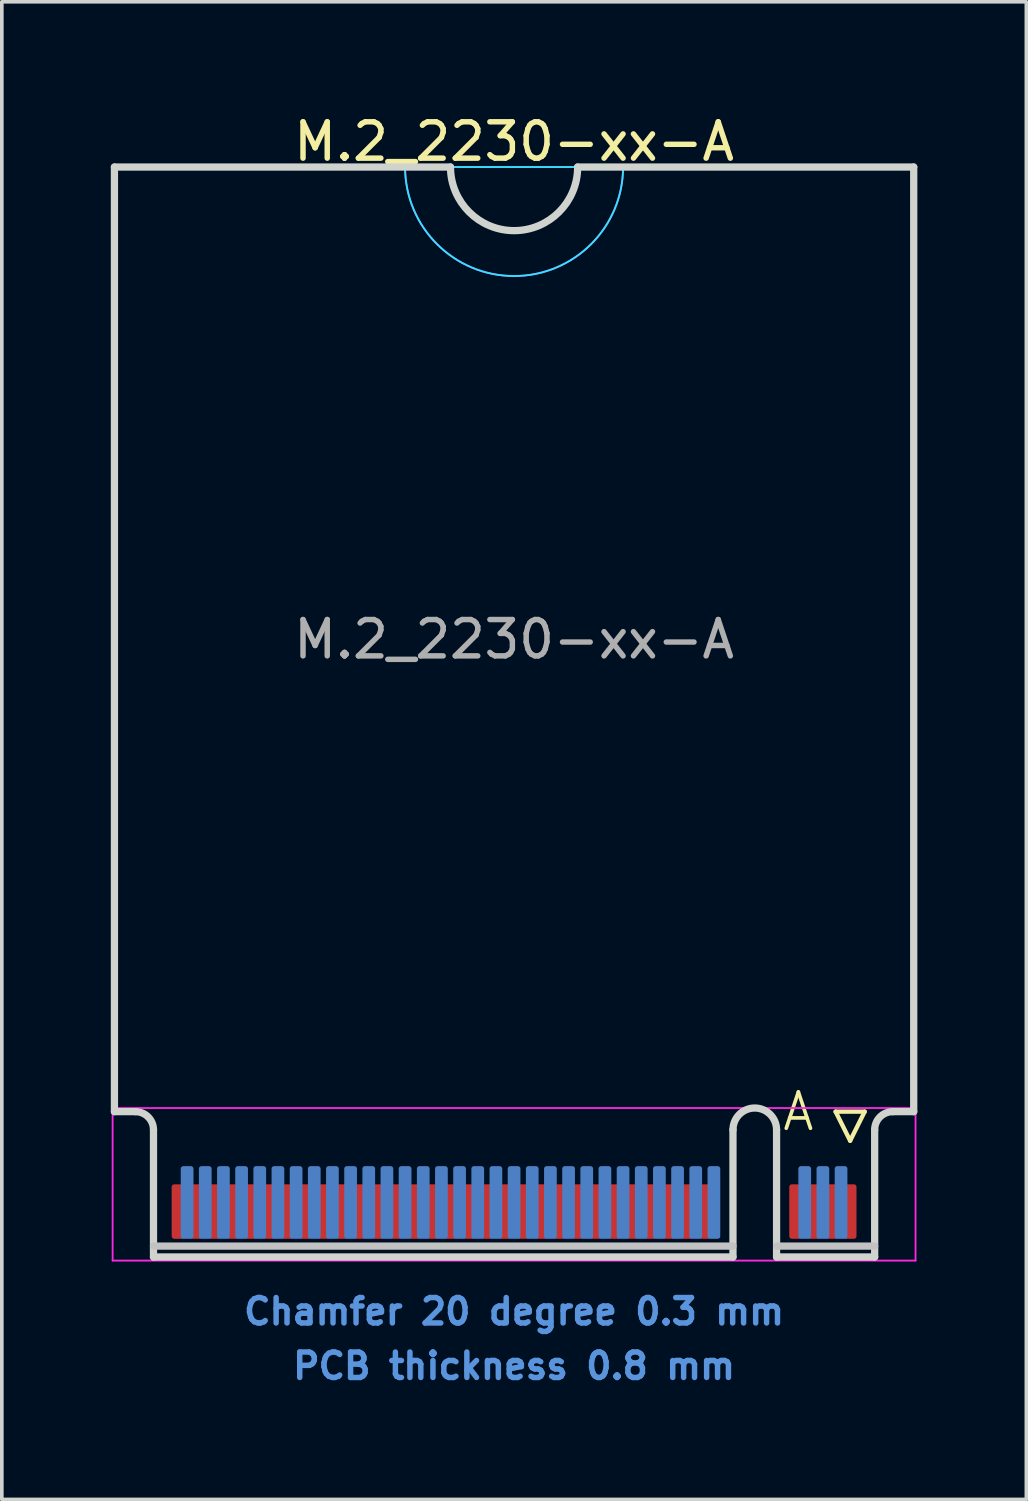
<source format=kicad_pcb>
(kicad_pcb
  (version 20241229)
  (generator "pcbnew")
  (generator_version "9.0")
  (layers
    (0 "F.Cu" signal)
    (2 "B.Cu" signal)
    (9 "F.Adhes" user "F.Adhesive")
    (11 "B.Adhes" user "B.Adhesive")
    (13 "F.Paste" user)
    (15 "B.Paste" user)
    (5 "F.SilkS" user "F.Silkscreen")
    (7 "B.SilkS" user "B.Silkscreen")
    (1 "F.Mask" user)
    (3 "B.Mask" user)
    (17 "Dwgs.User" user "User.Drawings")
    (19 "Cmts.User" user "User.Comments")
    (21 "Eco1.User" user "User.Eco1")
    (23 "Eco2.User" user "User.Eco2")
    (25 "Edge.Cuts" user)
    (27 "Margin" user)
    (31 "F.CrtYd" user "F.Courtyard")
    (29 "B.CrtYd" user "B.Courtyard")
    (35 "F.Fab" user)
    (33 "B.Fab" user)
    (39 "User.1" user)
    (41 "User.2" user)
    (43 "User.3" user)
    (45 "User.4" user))
  (footprint "M.2_2230-xx-A"
    (layer "F.Cu")
    (at 11.1 27.548)
    (property "Reference" "M.2_2230-xx-A" (at 0 -26.7 0) (layer "F.SilkS") (effects (font (size 1 1) (thickness 0.15))))
    (attr exclude_from_pos_files exclude_from_bom)
    (fp_line (start 8.85 0) (end 9.65 0) (stroke (width 0.12) (type solid)) (layer "F.SilkS"))
    (fp_line (start 9.25 0.8) (end 8.85 0) (stroke (width 0.12) (type solid)) (layer "F.SilkS"))
    (fp_line (start 9.65 0) (end 9.25 0.8) (stroke (width 0.12) (type solid)) (layer "F.SilkS"))
    (fp_line (start -9.925 3.7) (end 6.025 3.7) (stroke (width 0.2) (type solid)) (layer "Dwgs.User"))
    (fp_line (start 9.925 3.7) (end 7.225 3.7) (stroke (width 0.2) (type solid)) (layer "Dwgs.User"))
    (fp_line (start -11 -26) (end -11 0) (stroke (width 0.2) (type solid)) (layer "Edge.Cuts"))
    (fp_line (start -11 0) (end -10.425 0) (stroke (width 0.2) (type solid)) (layer "Edge.Cuts"))
    (fp_line (start -9.925 0.5) (end -9.925 4) (stroke (width 0.2) (type solid)) (layer "Edge.Cuts"))
    (fp_line (start -9.925 4) (end 6.025 4) (stroke (width 0.2) (type solid)) (layer "Edge.Cuts"))
    (fp_line (start -1.75 -26) (end -11 -26) (stroke (width 0.2) (type solid)) (layer "Edge.Cuts"))
    (fp_line (start 6.025 4) (end 6.025 0.5) (stroke (width 0.2) (type solid)) (layer "Edge.Cuts"))
    (fp_line (start 7.225 0.5) (end 7.225 4) (stroke (width 0.2) (type solid)) (layer "Edge.Cuts"))
    (fp_line (start 7.225 4) (end 9.925 4) (stroke (width 0.2) (type solid)) (layer "Edge.Cuts"))
    (fp_line (start 9.925 4) (end 9.925 0.5) (stroke (width 0.2) (type solid)) (layer "Edge.Cuts"))
    (fp_line (start 10.425 0) (end 11 0) (stroke (width 0.2) (type solid)) (layer "Edge.Cuts"))
    (fp_line (start 11 -26) (end 1.75 -26) (stroke (width 0.2) (type solid)) (layer "Edge.Cuts"))
    (fp_line (start 11 0) (end 11 -26) (stroke (width 0.2) (type solid)) (layer "Edge.Cuts"))
    (fp_arc (start -10.425 0) (mid -10.071447 0.146447) (end -9.925 0.5) (stroke (width 0.2) (type solid)) (layer "Edge.Cuts"))
    (fp_arc (start 1.75 -26) (mid 0 -24.25) (end -1.75 -26) (stroke (width 0.2) (type solid)) (layer "Edge.Cuts"))
    (fp_arc (start 6.025 0.5) (mid 6.625 -0.1) (end 7.225 0.5) (stroke (width 0.2) (type solid)) (layer "Edge.Cuts"))
    (fp_arc (start 9.925 0.5) (mid 10.071447 0.146447) (end 10.425 0) (stroke (width 0.2) (type solid)) (layer "Edge.Cuts"))
    (fp_line (start -3 -26) (end 3 -26) (stroke (width 0.05) (type solid)) (layer "B.CrtYd"))
    (fp_arc (start 3 -26) (mid 0 -23) (end -3 -26) (stroke (width 0.05) (type solid)) (layer "B.CrtYd"))
    (fp_line (start -11.05 -0.1) (end -11.05 4.1) (stroke (width 0.05) (type solid)) (layer "F.CrtYd"))
    (fp_line (start -11.05 4.1) (end 11.05 4.1) (stroke (width 0.05) (type solid)) (layer "F.CrtYd"))
    (fp_line (start -3 -26) (end 3 -26) (stroke (width 0.05) (type solid)) (layer "F.CrtYd"))
    (fp_line (start 11.05 -0.1) (end -11.05 -0.1) (stroke (width 0.05) (type solid)) (layer "F.CrtYd"))
    (fp_line (start 11.05 4.1) (end 11.05 -0.1) (stroke (width 0.05) (type solid)) (layer "F.CrtYd"))
    (fp_arc (start 3 -26) (mid 0 -23) (end -3 -26) (stroke (width 0.05) (type solid)) (layer "F.CrtYd"))
    (fp_text user "A" (at 7.825 0 0) (layer "F.SilkS") (effects (font (size 1 1) (thickness 0.1))))
    (fp_text user "Chamfer 20 degree 0.3 mm" (at 0 5.5 0) (layer "Cmts.User") (effects (font (size 0.7 0.7) (thickness 0.15))))
    (fp_text user "PCB thickness 0.8 mm" (at 0 7 0) (layer "Cmts.User") (effects (font (size 0.7 0.7) (thickness 0.15))))
    (fp_text user "${REFERENCE}" (at 0 -13 0) (layer "F.Fab") (effects (font (size 1 1) (thickness 0.15))))
    (pad "1" connect roundrect (at 9.25 2.75) (size 0.35 1.5) (layers "F.Cu" "F.Mask") (roundrect_rratio 0.2))
    (pad "2" connect roundrect (at 9 2.5) (size 0.35 2) (layers "B.Cu" "B.Mask") (roundrect_rratio 0.2))
    (pad "3" connect roundrect (at 8.75 2.75) (size 0.35 1.5) (layers "F.Cu" "F.Mask") (roundrect_rratio 0.2))
    (pad "4" connect roundrect (at 8.5 2.5) (size 0.35 2) (layers "B.Cu" "B.Mask") (roundrect_rratio 0.2))
    (pad "5" connect roundrect (at 8.25 2.75) (size 0.35 1.5) (layers "F.Cu" "F.Mask") (roundrect_rratio 0.2))
    (pad "6" connect roundrect (at 8 2.5) (size 0.35 2) (layers "B.Cu" "B.Mask") (roundrect_rratio 0.2))
    (pad "7" connect roundrect (at 7.75 2.75) (size 0.35 1.5) (layers "F.Cu" "F.Mask") (roundrect_rratio 0.2))
    (pad "16" connect roundrect (at 5.5 2.5) (size 0.35 2) (layers "B.Cu" "B.Mask") (roundrect_rratio 0.2))
    (pad "17" connect roundrect (at 5.25 2.75) (size 0.35 1.5) (layers "F.Cu" "F.Mask") (roundrect_rratio 0.2))
    (pad "18" connect roundrect (at 5 2.5) (size 0.35 2) (layers "B.Cu" "B.Mask") (roundrect_rratio 0.2))
    (pad "19" connect roundrect (at 4.75 2.75) (size 0.35 1.5) (layers "F.Cu" "F.Mask") (roundrect_rratio 0.2))
    (pad "20" connect roundrect (at 4.5 2.5) (size 0.35 2) (layers "B.Cu" "B.Mask") (roundrect_rratio 0.2))
    (pad "21" connect roundrect (at 4.25 2.75) (size 0.35 1.5) (layers "F.Cu" "F.Mask") (roundrect_rratio 0.2))
    (pad "22" connect roundrect (at 4 2.5) (size 0.35 2) (layers "B.Cu" "B.Mask") (roundrect_rratio 0.2))
    (pad "23" connect roundrect (at 3.75 2.75) (size 0.35 1.5) (layers "F.Cu" "F.Mask") (roundrect_rratio 0.2))
    (pad "24" connect roundrect (at 3.5 2.5) (size 0.35 2) (layers "B.Cu" "B.Mask") (roundrect_rratio 0.2))
    (pad "25" connect roundrect (at 3.25 2.75) (size 0.35 1.5) (layers "F.Cu" "F.Mask") (roundrect_rratio 0.2))
    (pad "26" connect roundrect (at 3 2.5) (size 0.35 2) (layers "B.Cu" "B.Mask") (roundrect_rratio 0.2))
    (pad "27" connect roundrect (at 2.75 2.75) (size 0.35 1.5) (layers "F.Cu" "F.Mask") (roundrect_rratio 0.2))
    (pad "28" connect roundrect (at 2.5 2.5) (size 0.35 2) (layers "B.Cu" "B.Mask") (roundrect_rratio 0.2))
    (pad "29" connect roundrect (at 2.25 2.75) (size 0.35 1.5) (layers "F.Cu" "F.Mask") (roundrect_rratio 0.2))
    (pad "30" connect roundrect (at 2 2.5) (size 0.35 2) (layers "B.Cu" "B.Mask") (roundrect_rratio 0.2))
    (pad "31" connect roundrect (at 1.75 2.75) (size 0.35 1.5) (layers "F.Cu" "F.Mask") (roundrect_rratio 0.2))
    (pad "32" connect roundrect (at 1.5 2.5) (size 0.35 2) (layers "B.Cu" "B.Mask") (roundrect_rratio 0.2))
    (pad "33" connect roundrect (at 1.25 2.75) (size 0.35 1.5) (layers "F.Cu" "F.Mask") (roundrect_rratio 0.2))
    (pad "34" connect roundrect (at 1 2.5) (size 0.35 2) (layers "B.Cu" "B.Mask") (roundrect_rratio 0.2))
    (pad "35" connect roundrect (at 0.75 2.75) (size 0.35 1.5) (layers "F.Cu" "F.Mask") (roundrect_rratio 0.2))
    (pad "36" connect roundrect (at 0.5 2.5) (size 0.35 2) (layers "B.Cu" "B.Mask") (roundrect_rratio 0.2))
    (pad "37" connect roundrect (at 0.25 2.75) (size 0.35 1.5) (layers "F.Cu" "F.Mask") (roundrect_rratio 0.2))
    (pad "38" connect roundrect (at 0 2.5) (size 0.35 2) (layers "B.Cu" "B.Mask") (roundrect_rratio 0.2))
    (pad "39" connect roundrect (at -0.25 2.75) (size 0.35 1.5) (layers "F.Cu" "F.Mask") (roundrect_rratio 0.2))
    (pad "40" connect roundrect (at -0.5 2.5) (size 0.35 2) (layers "B.Cu" "B.Mask") (roundrect_rratio 0.2))
    (pad "41" connect roundrect (at -0.75 2.75) (size 0.35 1.5) (layers "F.Cu" "F.Mask") (roundrect_rratio 0.2))
    (pad "42" connect roundrect (at -1 2.5) (size 0.35 2) (layers "B.Cu" "B.Mask") (roundrect_rratio 0.2))
    (pad "43" connect roundrect (at -1.25 2.75) (size 0.35 1.5) (layers "F.Cu" "F.Mask") (roundrect_rratio 0.2))
    (pad "44" connect roundrect (at -1.5 2.5) (size 0.35 2) (layers "B.Cu" "B.Mask") (roundrect_rratio 0.2))
    (pad "45" connect roundrect (at -1.75 2.75) (size 0.35 1.5) (layers "F.Cu" "F.Mask") (roundrect_rratio 0.2))
    (pad "46" connect roundrect (at -2 2.5) (size 0.35 2) (layers "B.Cu" "B.Mask") (roundrect_rratio 0.2))
    (pad "47" connect roundrect (at -2.25 2.75) (size 0.35 1.5) (layers "F.Cu" "F.Mask") (roundrect_rratio 0.2))
    (pad "48" connect roundrect (at -2.5 2.5) (size 0.35 2) (layers "B.Cu" "B.Mask") (roundrect_rratio 0.2))
    (pad "49" connect roundrect (at -2.75 2.75) (size 0.35 1.5) (layers "F.Cu" "F.Mask") (roundrect_rratio 0.2))
    (pad "50" connect roundrect (at -3 2.5) (size 0.35 2) (layers "B.Cu" "B.Mask") (roundrect_rratio 0.2))
    (pad "51" connect roundrect (at -3.25 2.75) (size 0.35 1.5) (layers "F.Cu" "F.Mask") (roundrect_rratio 0.2))
    (pad "52" connect roundrect (at -3.5 2.5) (size 0.35 2) (layers "B.Cu" "B.Mask") (roundrect_rratio 0.2))
    (pad "53" connect roundrect (at -3.75 2.75) (size 0.35 1.5) (layers "F.Cu" "F.Mask") (roundrect_rratio 0.2))
    (pad "54" connect roundrect (at -4 2.5) (size 0.35 2) (layers "B.Cu" "B.Mask") (roundrect_rratio 0.2))
    (pad "55" connect roundrect (at -4.25 2.75) (size 0.35 1.5) (layers "F.Cu" "F.Mask") (roundrect_rratio 0.2))
    (pad "56" connect roundrect (at -4.5 2.5) (size 0.35 2) (layers "B.Cu" "B.Mask") (roundrect_rratio 0.2))
    (pad "57" connect roundrect (at -4.75 2.75) (size 0.35 1.5) (layers "F.Cu" "F.Mask") (roundrect_rratio 0.2))
    (pad "58" connect roundrect (at -5 2.5) (size 0.35 2) (layers "B.Cu" "B.Mask") (roundrect_rratio 0.2))
    (pad "59" connect roundrect (at -5.25 2.75) (size 0.35 1.5) (layers "F.Cu" "F.Mask") (roundrect_rratio 0.2))
    (pad "60" connect roundrect (at -5.5 2.5) (size 0.35 2) (layers "B.Cu" "B.Mask") (roundrect_rratio 0.2))
    (pad "61" connect roundrect (at -5.75 2.75) (size 0.35 1.5) (layers "F.Cu" "F.Mask") (roundrect_rratio 0.2))
    (pad "62" connect roundrect (at -6 2.5) (size 0.35 2) (layers "B.Cu" "B.Mask") (roundrect_rratio 0.2))
    (pad "63" connect roundrect (at -6.25 2.75) (size 0.35 1.5) (layers "F.Cu" "F.Mask") (roundrect_rratio 0.2))
    (pad "64" connect roundrect (at -6.5 2.5) (size 0.35 2) (layers "B.Cu" "B.Mask") (roundrect_rratio 0.2))
    (pad "65" connect roundrect (at -6.75 2.75) (size 0.35 1.5) (layers "F.Cu" "F.Mask") (roundrect_rratio 0.2))
    (pad "66" connect roundrect (at -7 2.5) (size 0.35 2) (layers "B.Cu" "B.Mask") (roundrect_rratio 0.2))
    (pad "67" connect roundrect (at -7.25 2.75) (size 0.35 1.5) (layers "F.Cu" "F.Mask") (roundrect_rratio 0.2))
    (pad "68" connect roundrect (at -7.5 2.5) (size 0.35 2) (layers "B.Cu" "B.Mask") (roundrect_rratio 0.2))
    (pad "69" connect roundrect (at -7.75 2.75) (size 0.35 1.5) (layers "F.Cu" "F.Mask") (roundrect_rratio 0.2))
    (pad "70" connect roundrect (at -8 2.5) (size 0.35 2) (layers "B.Cu" "B.Mask") (roundrect_rratio 0.2))
    (pad "71" connect roundrect (at -8.25 2.75) (size 0.35 1.5) (layers "F.Cu" "F.Mask") (roundrect_rratio 0.2))
    (pad "72" connect roundrect (at -8.5 2.5) (size 0.35 2) (layers "B.Cu" "B.Mask") (roundrect_rratio 0.2))
    (pad "73" connect roundrect (at -8.75 2.75) (size 0.35 1.5) (layers "F.Cu" "F.Mask") (roundrect_rratio 0.2))
    (pad "74" connect roundrect (at -9 2.5) (size 0.35 2) (layers "B.Cu" "B.Mask") (roundrect_rratio 0.2))
    (pad "75" connect roundrect (at -9.25 2.75) (size 0.35 1.5) (layers "F.Cu" "F.Mask") (roundrect_rratio 0.2)))
  (gr_rect
    (start -3 -3)
    (end 25.2 38.221)
    (stroke (width 0.1) (type default))
    (fill no)
    (layer "Edge.Cuts")))
</source>
